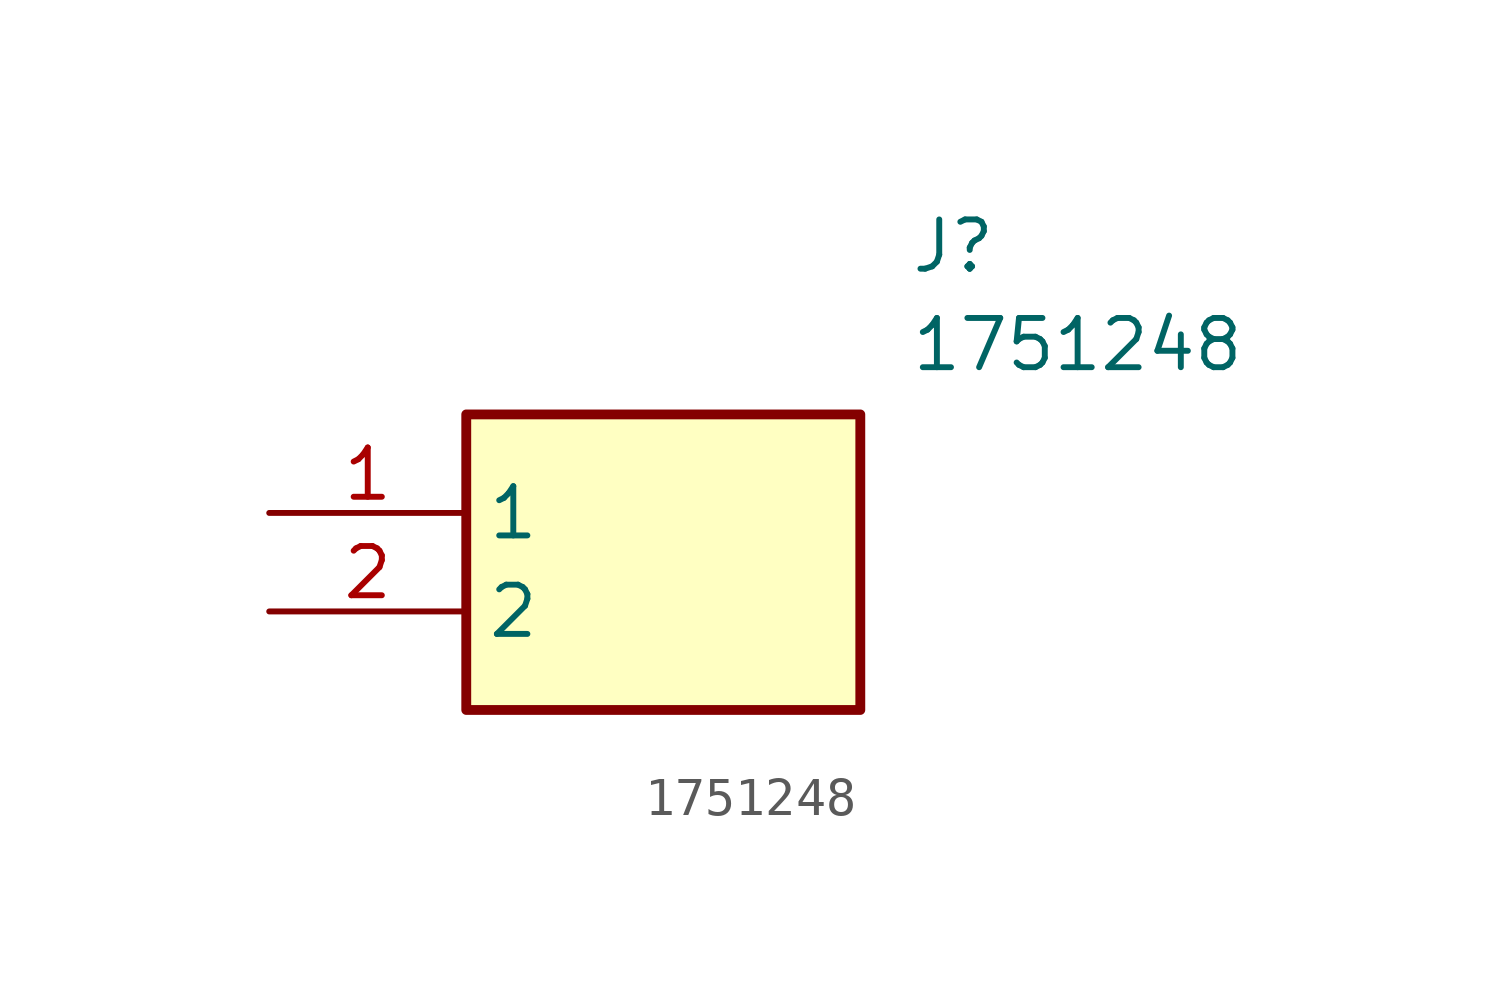
<source format=kicad_sym>
(kicad_symbol_lib
  (version 20211014)
  (generator SamacSys_ECAD_Model)
  (symbol "1751248"
    (property "Reference" "J"
      (at 16.51 7.62 0)
      (effects (font (size 1.27 1.27)) (justify left top)))
    (property "Value" "1751248"
      (at 16.51 5.08 0)
      (effects (font (size 1.27 1.27)) (justify left top)))
    (rectangle
      (start 5.08 2.54)
      (end 15.24 -5.08)
      (stroke (width 0.254) (type default))
      (fill (type background)))
    (pin passive line
      (at 0 0 0)
      (length 5.08)
      (name "1" (effects (font (size 1.27 1.27))))
      (number "1" (effects (font (size 1.27 1.27)))))
    (pin passive line
      (at 0 -2.54 0)
      (length 5.08)
      (name "2" (effects (font (size 1.27 1.27))))
      (number "2" (effects (font (size 1.27 1.27)))))))
</source>
